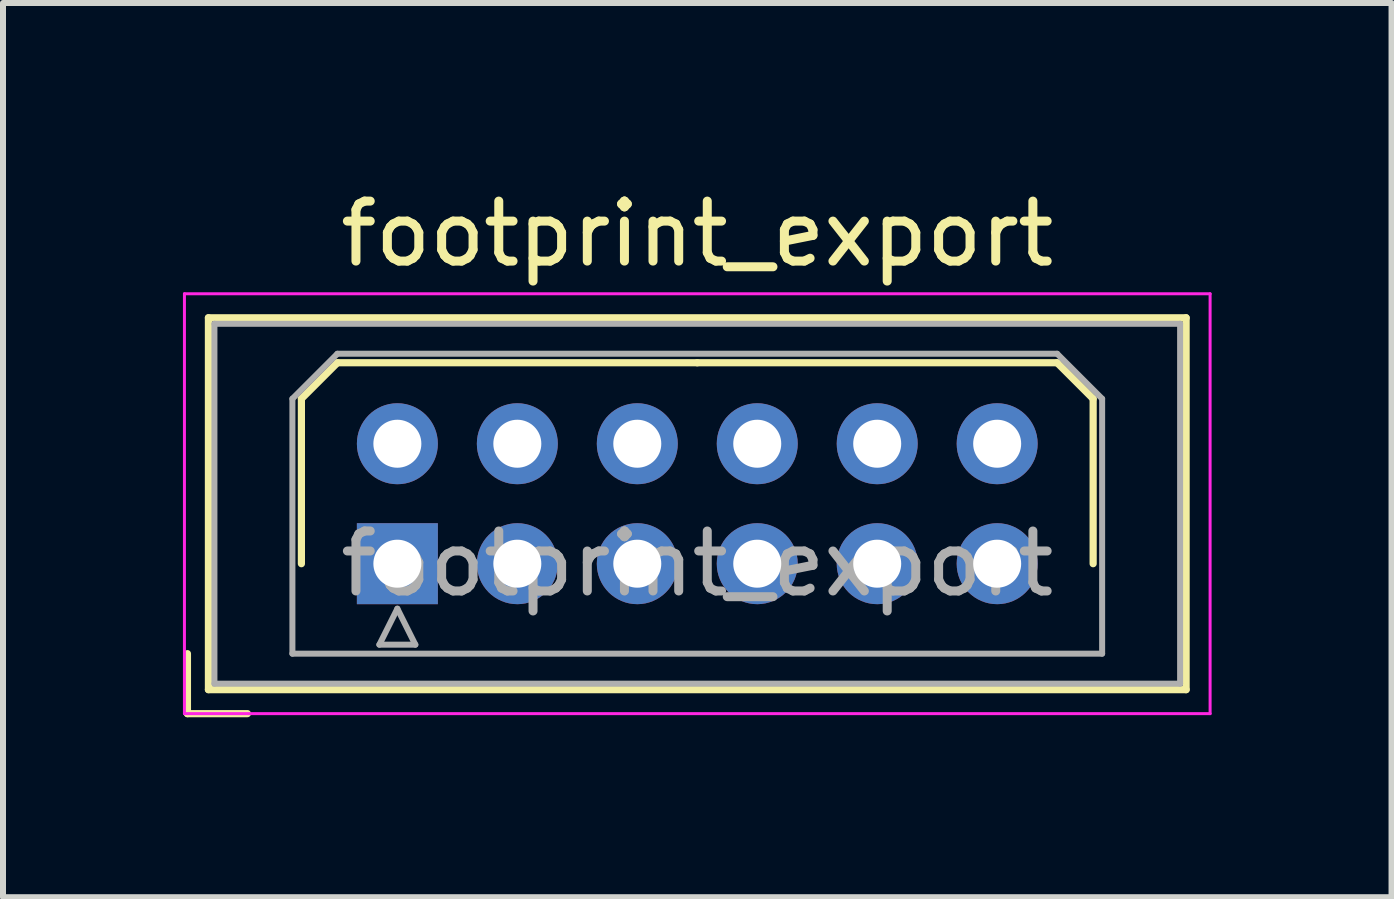
<source format=kicad_pcb>
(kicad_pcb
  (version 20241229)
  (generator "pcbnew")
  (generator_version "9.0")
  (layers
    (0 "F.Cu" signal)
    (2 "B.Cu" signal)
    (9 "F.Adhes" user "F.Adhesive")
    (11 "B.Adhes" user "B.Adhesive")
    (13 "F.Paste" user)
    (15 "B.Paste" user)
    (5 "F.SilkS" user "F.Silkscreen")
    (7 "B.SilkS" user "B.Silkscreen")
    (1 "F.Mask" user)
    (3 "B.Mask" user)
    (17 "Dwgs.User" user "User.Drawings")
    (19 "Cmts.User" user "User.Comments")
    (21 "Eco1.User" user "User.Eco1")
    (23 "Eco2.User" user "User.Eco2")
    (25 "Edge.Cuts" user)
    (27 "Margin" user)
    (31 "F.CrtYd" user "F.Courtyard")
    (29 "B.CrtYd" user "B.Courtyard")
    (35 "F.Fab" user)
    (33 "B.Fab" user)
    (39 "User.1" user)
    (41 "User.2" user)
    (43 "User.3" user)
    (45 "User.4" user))
  (footprint "footprint_export"
    (layer "F.Cu")
    (at 3.575 6.348)
    (property "Reference" "footprint_export" (at 5 -5.5 0) (layer "F.SilkS") (effects (font (size 1 1) (thickness 0.15))))
    (attr through_hole)
    (fp_line (start -3.5 1.5) (end -3.5 2.5) (stroke (width 0.12) (type solid)) (layer "F.SilkS"))
    (fp_line (start -3.5 2.5) (end -2.5 2.5) (stroke (width 0.12) (type solid)) (layer "F.SilkS"))
    (fp_line (start -3.15 -4.1) (end -3.15 2.1) (stroke (width 0.12) (type solid)) (layer "F.SilkS"))
    (fp_line (start -3.15 2.1) (end 13.15 2.1) (stroke (width 0.12) (type solid)) (layer "F.SilkS"))
    (fp_line (start -1.6 -2.75) (end -1 -3.35) (stroke (width 0.12) (type solid)) (layer "F.SilkS"))
    (fp_line (start -1.6 0) (end -1.6 -2.75) (stroke (width 0.12) (type solid)) (layer "F.SilkS"))
    (fp_line (start -1 -3.35) (end 5 -3.35) (stroke (width 0.12) (type solid)) (layer "F.SilkS"))
    (fp_line (start 11 -3.35) (end 5 -3.35) (stroke (width 0.12) (type solid)) (layer "F.SilkS"))
    (fp_line (start 11.6 -2.75) (end 11 -3.35) (stroke (width 0.12) (type solid)) (layer "F.SilkS"))
    (fp_line (start 11.6 0) (end 11.6 -2.75) (stroke (width 0.12) (type solid)) (layer "F.SilkS"))
    (fp_line (start 13.15 -4.1) (end -3.15 -4.1) (stroke (width 0.12) (type solid)) (layer "F.SilkS"))
    (fp_line (start 13.15 2.1) (end 13.15 -4.1) (stroke (width 0.12) (type solid)) (layer "F.SilkS"))
    (fp_line (start -3.55 -4.5) (end -3.55 2.5) (stroke (width 0.05) (type solid)) (layer "F.CrtYd"))
    (fp_line (start -3.55 2.5) (end 13.55 2.5) (stroke (width 0.05) (type solid)) (layer "F.CrtYd"))
    (fp_line (start 13.55 -4.5) (end -3.55 -4.5) (stroke (width 0.05) (type solid)) (layer "F.CrtYd"))
    (fp_line (start 13.55 2.5) (end 13.55 -4.5) (stroke (width 0.05) (type solid)) (layer "F.CrtYd"))
    (fp_line (start -3.05 -4) (end -3.05 2) (stroke (width 0.1) (type solid)) (layer "F.Fab"))
    (fp_line (start -3.05 2) (end 13.05 2) (stroke (width 0.1) (type solid)) (layer "F.Fab"))
    (fp_line (start -1.75 -2.75) (end -1 -3.5) (stroke (width 0.1) (type solid)) (layer "F.Fab"))
    (fp_line (start -1.75 1.5) (end -1.75 -2.75) (stroke (width 0.1) (type solid)) (layer "F.Fab"))
    (fp_line (start -1 -3.5) (end 11 -3.5) (stroke (width 0.1) (type solid)) (layer "F.Fab"))
    (fp_line (start -0.3 1.35) (end 0.3 1.35) (stroke (width 0.1) (type solid)) (layer "F.Fab"))
    (fp_line (start 0 0.75) (end -0.3 1.35) (stroke (width 0.1) (type solid)) (layer "F.Fab"))
    (fp_line (start 0.3 1.35) (end 0 0.75) (stroke (width 0.1) (type solid)) (layer "F.Fab"))
    (fp_line (start 11 -3.5) (end 11.75 -2.75) (stroke (width 0.1) (type solid)) (layer "F.Fab"))
    (fp_line (start 11.75 -2.75) (end 11.75 1.5) (stroke (width 0.1) (type solid)) (layer "F.Fab"))
    (fp_line (start 11.75 1.5) (end -1.75 1.5) (stroke (width 0.1) (type solid)) (layer "F.Fab"))
    (fp_line (start 13.05 -4) (end -3.05 -4) (stroke (width 0.1) (type solid)) (layer "F.Fab"))
    (fp_line (start 13.05 2) (end 13.05 -4) (stroke (width 0.1) (type solid)) (layer "F.Fab"))
    (fp_text user "${REFERENCE}" (at 5 0 0) (layer "F.Fab") (effects (font (size 1 1) (thickness 0.15))))
    (pad "1" thru_hole rect (at 0 0) (size 1.35 1.35) (drill 0.8) (layers "*.Cu" "*.Mask"))
    (pad "2" thru_hole circle (at 0 -2) (size 1.35 1.35) (drill 0.8) (layers "*.Cu" "*.Mask"))
    (pad "3" thru_hole circle (at 2 0) (size 1.35 1.35) (drill 0.8) (layers "*.Cu" "*.Mask"))
    (pad "4" thru_hole circle (at 2 -2) (size 1.35 1.35) (drill 0.8) (layers "*.Cu" "*.Mask"))
    (pad "5" thru_hole circle (at 4 0) (size 1.35 1.35) (drill 0.8) (layers "*.Cu" "*.Mask"))
    (pad "6" thru_hole circle (at 4 -2) (size 1.35 1.35) (drill 0.8) (layers "*.Cu" "*.Mask"))
    (pad "7" thru_hole circle (at 6 0) (size 1.35 1.35) (drill 0.8) (layers "*.Cu" "*.Mask"))
    (pad "8" thru_hole circle (at 6 -2) (size 1.35 1.35) (drill 0.8) (layers "*.Cu" "*.Mask"))
    (pad "9" thru_hole circle (at 8 0) (size 1.35 1.35) (drill 0.8) (layers "*.Cu" "*.Mask"))
    (pad "10" thru_hole circle (at 8 -2) (size 1.35 1.35) (drill 0.8) (layers "*.Cu" "*.Mask"))
    (pad "11" thru_hole circle (at 10 0) (size 1.35 1.35) (drill 0.8) (layers "*.Cu" "*.Mask"))
    (pad "12" thru_hole circle (at 10 -2) (size 1.35 1.35) (drill 0.8) (layers "*.Cu" "*.Mask")))
  (gr_rect
    (start -3 -3)
    (end 20.15 11.908)
    (stroke (width 0.1) (type default))
    (fill no)
    (layer "Edge.Cuts")))
</source>
